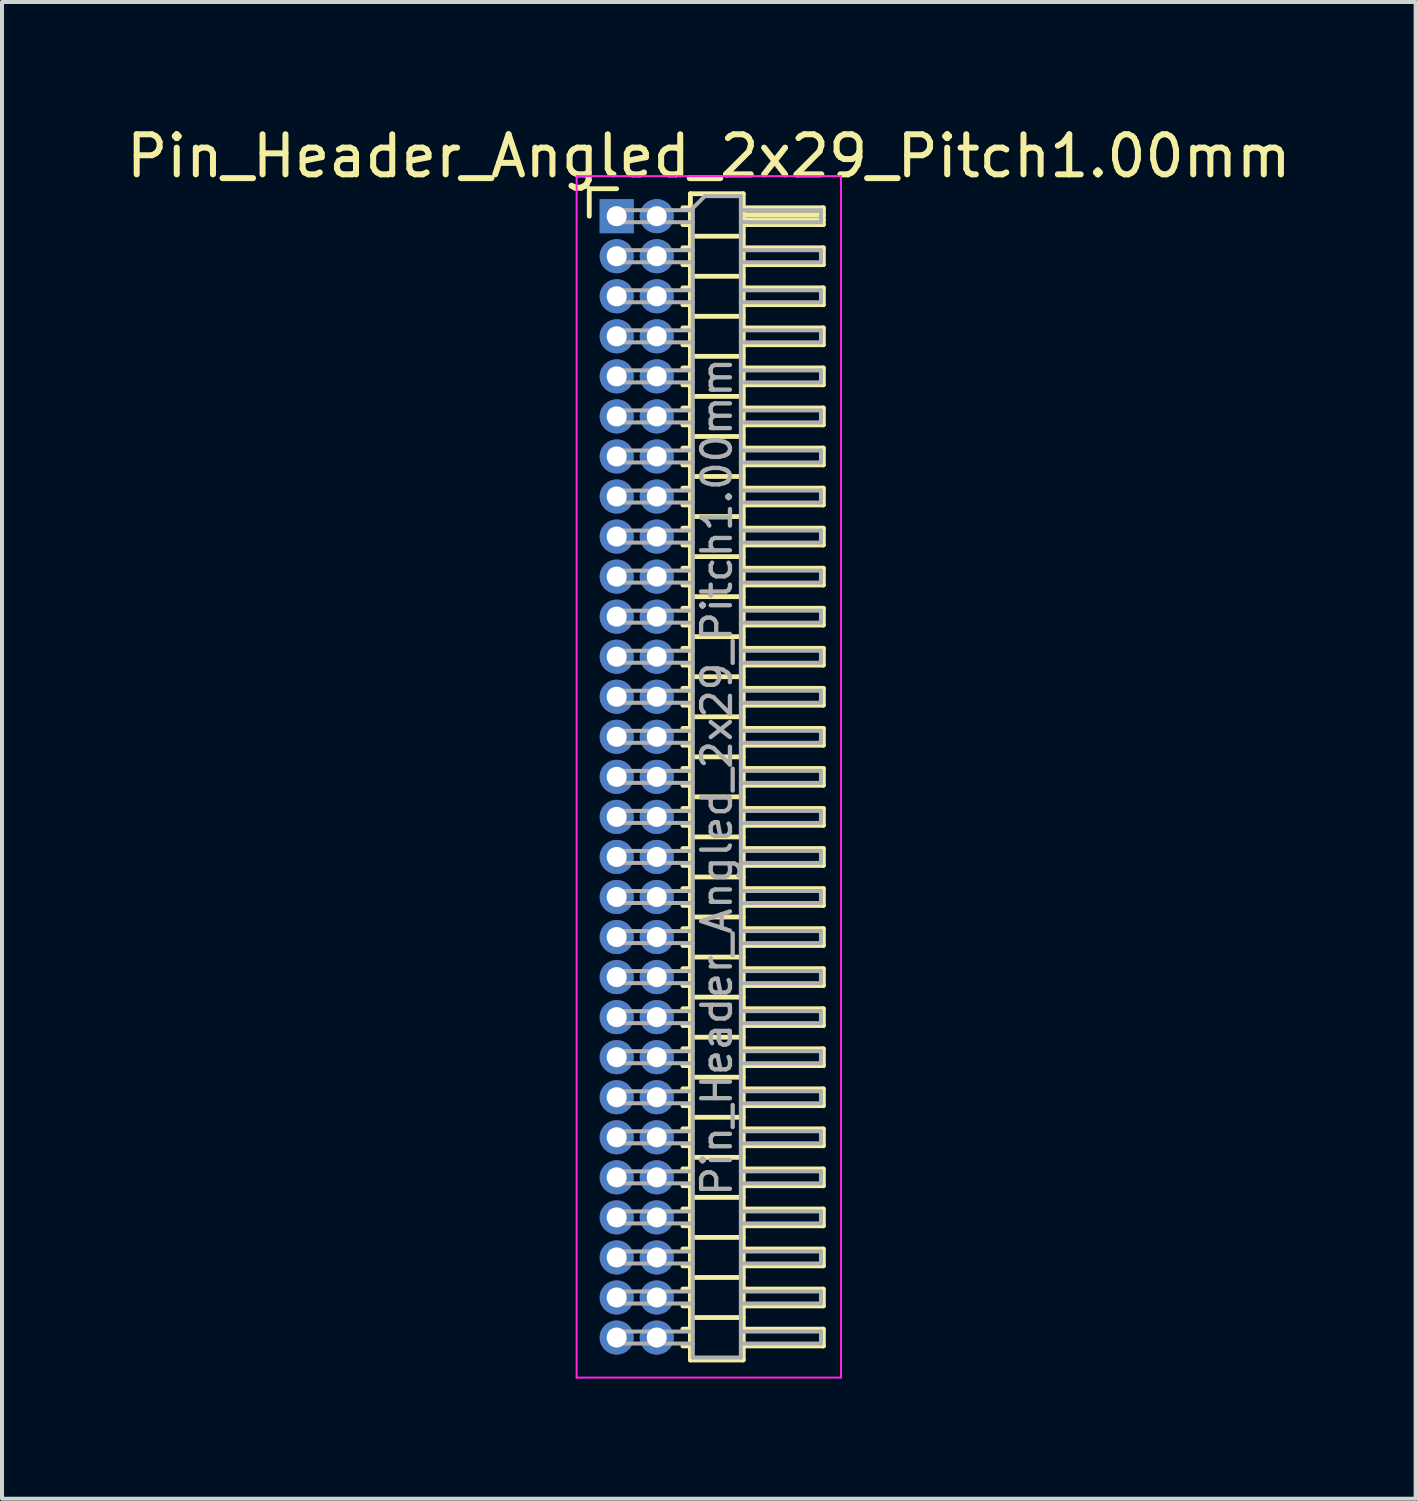
<source format=kicad_pcb>
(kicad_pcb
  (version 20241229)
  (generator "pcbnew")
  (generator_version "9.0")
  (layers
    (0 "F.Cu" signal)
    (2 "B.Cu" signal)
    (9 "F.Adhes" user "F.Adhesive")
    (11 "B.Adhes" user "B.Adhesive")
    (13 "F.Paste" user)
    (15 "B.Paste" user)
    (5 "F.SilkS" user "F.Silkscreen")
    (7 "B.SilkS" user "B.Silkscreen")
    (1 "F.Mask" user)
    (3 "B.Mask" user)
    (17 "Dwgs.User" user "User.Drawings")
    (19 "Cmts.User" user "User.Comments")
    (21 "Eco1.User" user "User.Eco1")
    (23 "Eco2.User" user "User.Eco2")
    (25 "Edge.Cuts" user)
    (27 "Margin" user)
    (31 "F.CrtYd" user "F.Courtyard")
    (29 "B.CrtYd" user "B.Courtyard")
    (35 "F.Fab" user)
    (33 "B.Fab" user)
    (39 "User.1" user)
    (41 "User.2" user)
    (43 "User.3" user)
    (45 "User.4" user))
  (footprint "Pin_Header_Angled_2x29_Pitch1.00mm"
    (layer "F.Cu")
    (at 12.349 2.348)
    (property "Reference" "Pin_Header_Angled_2x29_Pitch1.00mm" (at 2.3 -1.5 0) (layer "F.SilkS") (effects (font (size 1 1) (thickness 0.15))))
    (attr through_hole)
    (fp_line (start -0.685 -0.685) (end 0 -0.685) (stroke (width 0.12) (type solid)) (layer "F.SilkS"))
    (fp_line (start -0.685 0) (end -0.685 -0.685) (stroke (width 0.12) (type solid)) (layer "F.SilkS"))
    (fp_line (start 1.652 -0.21) (end 1.84 -0.21) (stroke (width 0.12) (type solid)) (layer "F.SilkS"))
    (fp_line (start 1.652 0.21) (end 1.84 0.21) (stroke (width 0.12) (type solid)) (layer "F.SilkS"))
    (fp_line (start 1.652 0.79) (end 1.84 0.79) (stroke (width 0.12) (type solid)) (layer "F.SilkS"))
    (fp_line (start 1.652 1.21) (end 1.84 1.21) (stroke (width 0.12) (type solid)) (layer "F.SilkS"))
    (fp_line (start 1.652 1.79) (end 1.84 1.79) (stroke (width 0.12) (type solid)) (layer "F.SilkS"))
    (fp_line (start 1.652 2.21) (end 1.84 2.21) (stroke (width 0.12) (type solid)) (layer "F.SilkS"))
    (fp_line (start 1.652 2.79) (end 1.84 2.79) (stroke (width 0.12) (type solid)) (layer "F.SilkS"))
    (fp_line (start 1.652 3.21) (end 1.84 3.21) (stroke (width 0.12) (type solid)) (layer "F.SilkS"))
    (fp_line (start 1.652 3.79) (end 1.84 3.79) (stroke (width 0.12) (type solid)) (layer "F.SilkS"))
    (fp_line (start 1.652 4.21) (end 1.84 4.21) (stroke (width 0.12) (type solid)) (layer "F.SilkS"))
    (fp_line (start 1.652 4.79) (end 1.84 4.79) (stroke (width 0.12) (type solid)) (layer "F.SilkS"))
    (fp_line (start 1.652 5.21) (end 1.84 5.21) (stroke (width 0.12) (type solid)) (layer "F.SilkS"))
    (fp_line (start 1.652 5.79) (end 1.84 5.79) (stroke (width 0.12) (type solid)) (layer "F.SilkS"))
    (fp_line (start 1.652 6.21) (end 1.84 6.21) (stroke (width 0.12) (type solid)) (layer "F.SilkS"))
    (fp_line (start 1.652 6.79) (end 1.84 6.79) (stroke (width 0.12) (type solid)) (layer "F.SilkS"))
    (fp_line (start 1.652 7.21) (end 1.84 7.21) (stroke (width 0.12) (type solid)) (layer "F.SilkS"))
    (fp_line (start 1.652 7.79) (end 1.84 7.79) (stroke (width 0.12) (type solid)) (layer "F.SilkS"))
    (fp_line (start 1.652 8.21) (end 1.84 8.21) (stroke (width 0.12) (type solid)) (layer "F.SilkS"))
    (fp_line (start 1.652 8.79) (end 1.84 8.79) (stroke (width 0.12) (type solid)) (layer "F.SilkS"))
    (fp_line (start 1.652 9.21) (end 1.84 9.21) (stroke (width 0.12) (type solid)) (layer "F.SilkS"))
    (fp_line (start 1.652 9.79) (end 1.84 9.79) (stroke (width 0.12) (type solid)) (layer "F.SilkS"))
    (fp_line (start 1.652 10.21) (end 1.84 10.21) (stroke (width 0.12) (type solid)) (layer "F.SilkS"))
    (fp_line (start 1.652 10.79) (end 1.84 10.79) (stroke (width 0.12) (type solid)) (layer "F.SilkS"))
    (fp_line (start 1.652 11.21) (end 1.84 11.21) (stroke (width 0.12) (type solid)) (layer "F.SilkS"))
    (fp_line (start 1.652 11.79) (end 1.84 11.79) (stroke (width 0.12) (type solid)) (layer "F.SilkS"))
    (fp_line (start 1.652 12.21) (end 1.84 12.21) (stroke (width 0.12) (type solid)) (layer "F.SilkS"))
    (fp_line (start 1.652 12.79) (end 1.84 12.79) (stroke (width 0.12) (type solid)) (layer "F.SilkS"))
    (fp_line (start 1.652 13.21) (end 1.84 13.21) (stroke (width 0.12) (type solid)) (layer "F.SilkS"))
    (fp_line (start 1.652 13.79) (end 1.84 13.79) (stroke (width 0.12) (type solid)) (layer "F.SilkS"))
    (fp_line (start 1.652 14.21) (end 1.84 14.21) (stroke (width 0.12) (type solid)) (layer "F.SilkS"))
    (fp_line (start 1.652 14.79) (end 1.84 14.79) (stroke (width 0.12) (type solid)) (layer "F.SilkS"))
    (fp_line (start 1.652 15.21) (end 1.84 15.21) (stroke (width 0.12) (type solid)) (layer "F.SilkS"))
    (fp_line (start 1.652 15.79) (end 1.84 15.79) (stroke (width 0.12) (type solid)) (layer "F.SilkS"))
    (fp_line (start 1.652 16.21) (end 1.84 16.21) (stroke (width 0.12) (type solid)) (layer "F.SilkS"))
    (fp_line (start 1.652 16.79) (end 1.84 16.79) (stroke (width 0.12) (type solid)) (layer "F.SilkS"))
    (fp_line (start 1.652 17.21) (end 1.84 17.21) (stroke (width 0.12) (type solid)) (layer "F.SilkS"))
    (fp_line (start 1.652 17.79) (end 1.84 17.79) (stroke (width 0.12) (type solid)) (layer "F.SilkS"))
    (fp_line (start 1.652 18.21) (end 1.84 18.21) (stroke (width 0.12) (type solid)) (layer "F.SilkS"))
    (fp_line (start 1.652 18.79) (end 1.84 18.79) (stroke (width 0.12) (type solid)) (layer "F.SilkS"))
    (fp_line (start 1.652 19.21) (end 1.84 19.21) (stroke (width 0.12) (type solid)) (layer "F.SilkS"))
    (fp_line (start 1.652 19.79) (end 1.84 19.79) (stroke (width 0.12) (type solid)) (layer "F.SilkS"))
    (fp_line (start 1.652 20.21) (end 1.84 20.21) (stroke (width 0.12) (type solid)) (layer "F.SilkS"))
    (fp_line (start 1.652 20.79) (end 1.84 20.79) (stroke (width 0.12) (type solid)) (layer "F.SilkS"))
    (fp_line (start 1.652 21.21) (end 1.84 21.21) (stroke (width 0.12) (type solid)) (layer "F.SilkS"))
    (fp_line (start 1.652 21.79) (end 1.84 21.79) (stroke (width 0.12) (type solid)) (layer "F.SilkS"))
    (fp_line (start 1.652 22.21) (end 1.84 22.21) (stroke (width 0.12) (type solid)) (layer "F.SilkS"))
    (fp_line (start 1.652 22.79) (end 1.84 22.79) (stroke (width 0.12) (type solid)) (layer "F.SilkS"))
    (fp_line (start 1.652 23.21) (end 1.84 23.21) (stroke (width 0.12) (type solid)) (layer "F.SilkS"))
    (fp_line (start 1.652 23.79) (end 1.84 23.79) (stroke (width 0.12) (type solid)) (layer "F.SilkS"))
    (fp_line (start 1.652 24.21) (end 1.84 24.21) (stroke (width 0.12) (type solid)) (layer "F.SilkS"))
    (fp_line (start 1.652 24.79) (end 1.84 24.79) (stroke (width 0.12) (type solid)) (layer "F.SilkS"))
    (fp_line (start 1.652 25.21) (end 1.84 25.21) (stroke (width 0.12) (type solid)) (layer "F.SilkS"))
    (fp_line (start 1.652 25.79) (end 1.84 25.79) (stroke (width 0.12) (type solid)) (layer "F.SilkS"))
    (fp_line (start 1.652 26.21) (end 1.84 26.21) (stroke (width 0.12) (type solid)) (layer "F.SilkS"))
    (fp_line (start 1.652 26.79) (end 1.84 26.79) (stroke (width 0.12) (type solid)) (layer "F.SilkS"))
    (fp_line (start 1.652 27.21) (end 1.84 27.21) (stroke (width 0.12) (type solid)) (layer "F.SilkS"))
    (fp_line (start 1.652 27.79) (end 1.84 27.79) (stroke (width 0.12) (type solid)) (layer "F.SilkS"))
    (fp_line (start 1.652 28.21) (end 1.84 28.21) (stroke (width 0.12) (type solid)) (layer "F.SilkS"))
    (fp_line (start 1.84 -0.56) (end 1.84 28.56) (stroke (width 0.12) (type solid)) (layer "F.SilkS"))
    (fp_line (start 1.84 0.5) (end 3.16 0.5) (stroke (width 0.12) (type solid)) (layer "F.SilkS"))
    (fp_line (start 1.84 1.5) (end 3.16 1.5) (stroke (width 0.12) (type solid)) (layer "F.SilkS"))
    (fp_line (start 1.84 2.5) (end 3.16 2.5) (stroke (width 0.12) (type solid)) (layer "F.SilkS"))
    (fp_line (start 1.84 3.5) (end 3.16 3.5) (stroke (width 0.12) (type solid)) (layer "F.SilkS"))
    (fp_line (start 1.84 4.5) (end 3.16 4.5) (stroke (width 0.12) (type solid)) (layer "F.SilkS"))
    (fp_line (start 1.84 5.5) (end 3.16 5.5) (stroke (width 0.12) (type solid)) (layer "F.SilkS"))
    (fp_line (start 1.84 6.5) (end 3.16 6.5) (stroke (width 0.12) (type solid)) (layer "F.SilkS"))
    (fp_line (start 1.84 7.5) (end 3.16 7.5) (stroke (width 0.12) (type solid)) (layer "F.SilkS"))
    (fp_line (start 1.84 8.5) (end 3.16 8.5) (stroke (width 0.12) (type solid)) (layer "F.SilkS"))
    (fp_line (start 1.84 9.5) (end 3.16 9.5) (stroke (width 0.12) (type solid)) (layer "F.SilkS"))
    (fp_line (start 1.84 10.5) (end 3.16 10.5) (stroke (width 0.12) (type solid)) (layer "F.SilkS"))
    (fp_line (start 1.84 11.5) (end 3.16 11.5) (stroke (width 0.12) (type solid)) (layer "F.SilkS"))
    (fp_line (start 1.84 12.5) (end 3.16 12.5) (stroke (width 0.12) (type solid)) (layer "F.SilkS"))
    (fp_line (start 1.84 13.5) (end 3.16 13.5) (stroke (width 0.12) (type solid)) (layer "F.SilkS"))
    (fp_line (start 1.84 14.5) (end 3.16 14.5) (stroke (width 0.12) (type solid)) (layer "F.SilkS"))
    (fp_line (start 1.84 15.5) (end 3.16 15.5) (stroke (width 0.12) (type solid)) (layer "F.SilkS"))
    (fp_line (start 1.84 16.5) (end 3.16 16.5) (stroke (width 0.12) (type solid)) (layer "F.SilkS"))
    (fp_line (start 1.84 17.5) (end 3.16 17.5) (stroke (width 0.12) (type solid)) (layer "F.SilkS"))
    (fp_line (start 1.84 18.5) (end 3.16 18.5) (stroke (width 0.12) (type solid)) (layer "F.SilkS"))
    (fp_line (start 1.84 19.5) (end 3.16 19.5) (stroke (width 0.12) (type solid)) (layer "F.SilkS"))
    (fp_line (start 1.84 20.5) (end 3.16 20.5) (stroke (width 0.12) (type solid)) (layer "F.SilkS"))
    (fp_line (start 1.84 21.5) (end 3.16 21.5) (stroke (width 0.12) (type solid)) (layer "F.SilkS"))
    (fp_line (start 1.84 22.5) (end 3.16 22.5) (stroke (width 0.12) (type solid)) (layer "F.SilkS"))
    (fp_line (start 1.84 23.5) (end 3.16 23.5) (stroke (width 0.12) (type solid)) (layer "F.SilkS"))
    (fp_line (start 1.84 24.5) (end 3.16 24.5) (stroke (width 0.12) (type solid)) (layer "F.SilkS"))
    (fp_line (start 1.84 25.5) (end 3.16 25.5) (stroke (width 0.12) (type solid)) (layer "F.SilkS"))
    (fp_line (start 1.84 26.5) (end 3.16 26.5) (stroke (width 0.12) (type solid)) (layer "F.SilkS"))
    (fp_line (start 1.84 27.5) (end 3.16 27.5) (stroke (width 0.12) (type solid)) (layer "F.SilkS"))
    (fp_line (start 1.84 28.56) (end 3.16 28.56) (stroke (width 0.12) (type solid)) (layer "F.SilkS"))
    (fp_line (start 3.16 -0.56) (end 1.84 -0.56) (stroke (width 0.12) (type solid)) (layer "F.SilkS"))
    (fp_line (start 3.16 -0.21) (end 5.16 -0.21) (stroke (width 0.12) (type solid)) (layer "F.SilkS"))
    (fp_line (start 3.16 -0.15) (end 5.16 -0.15) (stroke (width 0.12) (type solid)) (layer "F.SilkS"))
    (fp_line (start 3.16 -0.03) (end 5.16 -0.03) (stroke (width 0.12) (type solid)) (layer "F.SilkS"))
    (fp_line (start 3.16 0.09) (end 5.16 0.09) (stroke (width 0.12) (type solid)) (layer "F.SilkS"))
    (fp_line (start 3.16 0.79) (end 5.16 0.79) (stroke (width 0.12) (type solid)) (layer "F.SilkS"))
    (fp_line (start 3.16 1.79) (end 5.16 1.79) (stroke (width 0.12) (type solid)) (layer "F.SilkS"))
    (fp_line (start 3.16 2.79) (end 5.16 2.79) (stroke (width 0.12) (type solid)) (layer "F.SilkS"))
    (fp_line (start 3.16 3.79) (end 5.16 3.79) (stroke (width 0.12) (type solid)) (layer "F.SilkS"))
    (fp_line (start 3.16 4.79) (end 5.16 4.79) (stroke (width 0.12) (type solid)) (layer "F.SilkS"))
    (fp_line (start 3.16 5.79) (end 5.16 5.79) (stroke (width 0.12) (type solid)) (layer "F.SilkS"))
    (fp_line (start 3.16 6.79) (end 5.16 6.79) (stroke (width 0.12) (type solid)) (layer "F.SilkS"))
    (fp_line (start 3.16 7.79) (end 5.16 7.79) (stroke (width 0.12) (type solid)) (layer "F.SilkS"))
    (fp_line (start 3.16 8.79) (end 5.16 8.79) (stroke (width 0.12) (type solid)) (layer "F.SilkS"))
    (fp_line (start 3.16 9.79) (end 5.16 9.79) (stroke (width 0.12) (type solid)) (layer "F.SilkS"))
    (fp_line (start 3.16 10.79) (end 5.16 10.79) (stroke (width 0.12) (type solid)) (layer "F.SilkS"))
    (fp_line (start 3.16 11.79) (end 5.16 11.79) (stroke (width 0.12) (type solid)) (layer "F.SilkS"))
    (fp_line (start 3.16 12.79) (end 5.16 12.79) (stroke (width 0.12) (type solid)) (layer "F.SilkS"))
    (fp_line (start 3.16 13.79) (end 5.16 13.79) (stroke (width 0.12) (type solid)) (layer "F.SilkS"))
    (fp_line (start 3.16 14.79) (end 5.16 14.79) (stroke (width 0.12) (type solid)) (layer "F.SilkS"))
    (fp_line (start 3.16 15.79) (end 5.16 15.79) (stroke (width 0.12) (type solid)) (layer "F.SilkS"))
    (fp_line (start 3.16 16.79) (end 5.16 16.79) (stroke (width 0.12) (type solid)) (layer "F.SilkS"))
    (fp_line (start 3.16 17.79) (end 5.16 17.79) (stroke (width 0.12) (type solid)) (layer "F.SilkS"))
    (fp_line (start 3.16 18.79) (end 5.16 18.79) (stroke (width 0.12) (type solid)) (layer "F.SilkS"))
    (fp_line (start 3.16 19.79) (end 5.16 19.79) (stroke (width 0.12) (type solid)) (layer "F.SilkS"))
    (fp_line (start 3.16 20.79) (end 5.16 20.79) (stroke (width 0.12) (type solid)) (layer "F.SilkS"))
    (fp_line (start 3.16 21.79) (end 5.16 21.79) (stroke (width 0.12) (type solid)) (layer "F.SilkS"))
    (fp_line (start 3.16 22.79) (end 5.16 22.79) (stroke (width 0.12) (type solid)) (layer "F.SilkS"))
    (fp_line (start 3.16 23.79) (end 5.16 23.79) (stroke (width 0.12) (type solid)) (layer "F.SilkS"))
    (fp_line (start 3.16 24.79) (end 5.16 24.79) (stroke (width 0.12) (type solid)) (layer "F.SilkS"))
    (fp_line (start 3.16 25.79) (end 5.16 25.79) (stroke (width 0.12) (type solid)) (layer "F.SilkS"))
    (fp_line (start 3.16 26.79) (end 5.16 26.79) (stroke (width 0.12) (type solid)) (layer "F.SilkS"))
    (fp_line (start 3.16 27.79) (end 5.16 27.79) (stroke (width 0.12) (type solid)) (layer "F.SilkS"))
    (fp_line (start 3.16 28.56) (end 3.16 -0.56) (stroke (width 0.12) (type solid)) (layer "F.SilkS"))
    (fp_line (start 5.16 -0.21) (end 5.16 0.21) (stroke (width 0.12) (type solid)) (layer "F.SilkS"))
    (fp_line (start 5.16 0.21) (end 3.16 0.21) (stroke (width 0.12) (type solid)) (layer "F.SilkS"))
    (fp_line (start 5.16 0.79) (end 5.16 1.21) (stroke (width 0.12) (type solid)) (layer "F.SilkS"))
    (fp_line (start 5.16 1.21) (end 3.16 1.21) (stroke (width 0.12) (type solid)) (layer "F.SilkS"))
    (fp_line (start 5.16 1.79) (end 5.16 2.21) (stroke (width 0.12) (type solid)) (layer "F.SilkS"))
    (fp_line (start 5.16 2.21) (end 3.16 2.21) (stroke (width 0.12) (type solid)) (layer "F.SilkS"))
    (fp_line (start 5.16 2.79) (end 5.16 3.21) (stroke (width 0.12) (type solid)) (layer "F.SilkS"))
    (fp_line (start 5.16 3.21) (end 3.16 3.21) (stroke (width 0.12) (type solid)) (layer "F.SilkS"))
    (fp_line (start 5.16 3.79) (end 5.16 4.21) (stroke (width 0.12) (type solid)) (layer "F.SilkS"))
    (fp_line (start 5.16 4.21) (end 3.16 4.21) (stroke (width 0.12) (type solid)) (layer "F.SilkS"))
    (fp_line (start 5.16 4.79) (end 5.16 5.21) (stroke (width 0.12) (type solid)) (layer "F.SilkS"))
    (fp_line (start 5.16 5.21) (end 3.16 5.21) (stroke (width 0.12) (type solid)) (layer "F.SilkS"))
    (fp_line (start 5.16 5.79) (end 5.16 6.21) (stroke (width 0.12) (type solid)) (layer "F.SilkS"))
    (fp_line (start 5.16 6.21) (end 3.16 6.21) (stroke (width 0.12) (type solid)) (layer "F.SilkS"))
    (fp_line (start 5.16 6.79) (end 5.16 7.21) (stroke (width 0.12) (type solid)) (layer "F.SilkS"))
    (fp_line (start 5.16 7.21) (end 3.16 7.21) (stroke (width 0.12) (type solid)) (layer "F.SilkS"))
    (fp_line (start 5.16 7.79) (end 5.16 8.21) (stroke (width 0.12) (type solid)) (layer "F.SilkS"))
    (fp_line (start 5.16 8.21) (end 3.16 8.21) (stroke (width 0.12) (type solid)) (layer "F.SilkS"))
    (fp_line (start 5.16 8.79) (end 5.16 9.21) (stroke (width 0.12) (type solid)) (layer "F.SilkS"))
    (fp_line (start 5.16 9.21) (end 3.16 9.21) (stroke (width 0.12) (type solid)) (layer "F.SilkS"))
    (fp_line (start 5.16 9.79) (end 5.16 10.21) (stroke (width 0.12) (type solid)) (layer "F.SilkS"))
    (fp_line (start 5.16 10.21) (end 3.16 10.21) (stroke (width 0.12) (type solid)) (layer "F.SilkS"))
    (fp_line (start 5.16 10.79) (end 5.16 11.21) (stroke (width 0.12) (type solid)) (layer "F.SilkS"))
    (fp_line (start 5.16 11.21) (end 3.16 11.21) (stroke (width 0.12) (type solid)) (layer "F.SilkS"))
    (fp_line (start 5.16 11.79) (end 5.16 12.21) (stroke (width 0.12) (type solid)) (layer "F.SilkS"))
    (fp_line (start 5.16 12.21) (end 3.16 12.21) (stroke (width 0.12) (type solid)) (layer "F.SilkS"))
    (fp_line (start 5.16 12.79) (end 5.16 13.21) (stroke (width 0.12) (type solid)) (layer "F.SilkS"))
    (fp_line (start 5.16 13.21) (end 3.16 13.21) (stroke (width 0.12) (type solid)) (layer "F.SilkS"))
    (fp_line (start 5.16 13.79) (end 5.16 14.21) (stroke (width 0.12) (type solid)) (layer "F.SilkS"))
    (fp_line (start 5.16 14.21) (end 3.16 14.21) (stroke (width 0.12) (type solid)) (layer "F.SilkS"))
    (fp_line (start 5.16 14.79) (end 5.16 15.21) (stroke (width 0.12) (type solid)) (layer "F.SilkS"))
    (fp_line (start 5.16 15.21) (end 3.16 15.21) (stroke (width 0.12) (type solid)) (layer "F.SilkS"))
    (fp_line (start 5.16 15.79) (end 5.16 16.21) (stroke (width 0.12) (type solid)) (layer "F.SilkS"))
    (fp_line (start 5.16 16.21) (end 3.16 16.21) (stroke (width 0.12) (type solid)) (layer "F.SilkS"))
    (fp_line (start 5.16 16.79) (end 5.16 17.21) (stroke (width 0.12) (type solid)) (layer "F.SilkS"))
    (fp_line (start 5.16 17.21) (end 3.16 17.21) (stroke (width 0.12) (type solid)) (layer "F.SilkS"))
    (fp_line (start 5.16 17.79) (end 5.16 18.21) (stroke (width 0.12) (type solid)) (layer "F.SilkS"))
    (fp_line (start 5.16 18.21) (end 3.16 18.21) (stroke (width 0.12) (type solid)) (layer "F.SilkS"))
    (fp_line (start 5.16 18.79) (end 5.16 19.21) (stroke (width 0.12) (type solid)) (layer "F.SilkS"))
    (fp_line (start 5.16 19.21) (end 3.16 19.21) (stroke (width 0.12) (type solid)) (layer "F.SilkS"))
    (fp_line (start 5.16 19.79) (end 5.16 20.21) (stroke (width 0.12) (type solid)) (layer "F.SilkS"))
    (fp_line (start 5.16 20.21) (end 3.16 20.21) (stroke (width 0.12) (type solid)) (layer "F.SilkS"))
    (fp_line (start 5.16 20.79) (end 5.16 21.21) (stroke (width 0.12) (type solid)) (layer "F.SilkS"))
    (fp_line (start 5.16 21.21) (end 3.16 21.21) (stroke (width 0.12) (type solid)) (layer "F.SilkS"))
    (fp_line (start 5.16 21.79) (end 5.16 22.21) (stroke (width 0.12) (type solid)) (layer "F.SilkS"))
    (fp_line (start 5.16 22.21) (end 3.16 22.21) (stroke (width 0.12) (type solid)) (layer "F.SilkS"))
    (fp_line (start 5.16 22.79) (end 5.16 23.21) (stroke (width 0.12) (type solid)) (layer "F.SilkS"))
    (fp_line (start 5.16 23.21) (end 3.16 23.21) (stroke (width 0.12) (type solid)) (layer "F.SilkS"))
    (fp_line (start 5.16 23.79) (end 5.16 24.21) (stroke (width 0.12) (type solid)) (layer "F.SilkS"))
    (fp_line (start 5.16 24.21) (end 3.16 24.21) (stroke (width 0.12) (type solid)) (layer "F.SilkS"))
    (fp_line (start 5.16 24.79) (end 5.16 25.21) (stroke (width 0.12) (type solid)) (layer "F.SilkS"))
    (fp_line (start 5.16 25.21) (end 3.16 25.21) (stroke (width 0.12) (type solid)) (layer "F.SilkS"))
    (fp_line (start 5.16 25.79) (end 5.16 26.21) (stroke (width 0.12) (type solid)) (layer "F.SilkS"))
    (fp_line (start 5.16 26.21) (end 3.16 26.21) (stroke (width 0.12) (type solid)) (layer "F.SilkS"))
    (fp_line (start 5.16 26.79) (end 5.16 27.21) (stroke (width 0.12) (type solid)) (layer "F.SilkS"))
    (fp_line (start 5.16 27.21) (end 3.16 27.21) (stroke (width 0.12) (type solid)) (layer "F.SilkS"))
    (fp_line (start 5.16 27.79) (end 5.16 28.21) (stroke (width 0.12) (type solid)) (layer "F.SilkS"))
    (fp_line (start 5.16 28.21) (end 3.16 28.21) (stroke (width 0.12) (type solid)) (layer "F.SilkS"))
    (fp_line (start -1 -1) (end -1 29) (stroke (width 0.05) (type solid)) (layer "F.CrtYd"))
    (fp_line (start -1 29) (end 5.6 29) (stroke (width 0.05) (type solid)) (layer "F.CrtYd"))
    (fp_line (start 5.6 -1) (end -1 -1) (stroke (width 0.05) (type solid)) (layer "F.CrtYd"))
    (fp_line (start 5.6 29) (end 5.6 -1) (stroke (width 0.05) (type solid)) (layer "F.CrtYd"))
    (fp_line (start -0.15 -0.15) (end -0.15 0.15) (stroke (width 0.1) (type solid)) (layer "F.Fab"))
    (fp_line (start -0.15 -0.15) (end 1.9 -0.15) (stroke (width 0.1) (type solid)) (layer "F.Fab"))
    (fp_line (start -0.15 0.15) (end 1.9 0.15) (stroke (width 0.1) (type solid)) (layer "F.Fab"))
    (fp_line (start -0.15 0.85) (end -0.15 1.15) (stroke (width 0.1) (type solid)) (layer "F.Fab"))
    (fp_line (start -0.15 0.85) (end 1.9 0.85) (stroke (width 0.1) (type solid)) (layer "F.Fab"))
    (fp_line (start -0.15 1.15) (end 1.9 1.15) (stroke (width 0.1) (type solid)) (layer "F.Fab"))
    (fp_line (start -0.15 1.85) (end -0.15 2.15) (stroke (width 0.1) (type solid)) (layer "F.Fab"))
    (fp_line (start -0.15 1.85) (end 1.9 1.85) (stroke (width 0.1) (type solid)) (layer "F.Fab"))
    (fp_line (start -0.15 2.15) (end 1.9 2.15) (stroke (width 0.1) (type solid)) (layer "F.Fab"))
    (fp_line (start -0.15 2.85) (end -0.15 3.15) (stroke (width 0.1) (type solid)) (layer "F.Fab"))
    (fp_line (start -0.15 2.85) (end 1.9 2.85) (stroke (width 0.1) (type solid)) (layer "F.Fab"))
    (fp_line (start -0.15 3.15) (end 1.9 3.15) (stroke (width 0.1) (type solid)) (layer "F.Fab"))
    (fp_line (start -0.15 3.85) (end -0.15 4.15) (stroke (width 0.1) (type solid)) (layer "F.Fab"))
    (fp_line (start -0.15 3.85) (end 1.9 3.85) (stroke (width 0.1) (type solid)) (layer "F.Fab"))
    (fp_line (start -0.15 4.15) (end 1.9 4.15) (stroke (width 0.1) (type solid)) (layer "F.Fab"))
    (fp_line (start -0.15 4.85) (end -0.15 5.15) (stroke (width 0.1) (type solid)) (layer "F.Fab"))
    (fp_line (start -0.15 4.85) (end 1.9 4.85) (stroke (width 0.1) (type solid)) (layer "F.Fab"))
    (fp_line (start -0.15 5.15) (end 1.9 5.15) (stroke (width 0.1) (type solid)) (layer "F.Fab"))
    (fp_line (start -0.15 5.85) (end -0.15 6.15) (stroke (width 0.1) (type solid)) (layer "F.Fab"))
    (fp_line (start -0.15 5.85) (end 1.9 5.85) (stroke (width 0.1) (type solid)) (layer "F.Fab"))
    (fp_line (start -0.15 6.15) (end 1.9 6.15) (stroke (width 0.1) (type solid)) (layer "F.Fab"))
    (fp_line (start -0.15 6.85) (end -0.15 7.15) (stroke (width 0.1) (type solid)) (layer "F.Fab"))
    (fp_line (start -0.15 6.85) (end 1.9 6.85) (stroke (width 0.1) (type solid)) (layer "F.Fab"))
    (fp_line (start -0.15 7.15) (end 1.9 7.15) (stroke (width 0.1) (type solid)) (layer "F.Fab"))
    (fp_line (start -0.15 7.85) (end -0.15 8.15) (stroke (width 0.1) (type solid)) (layer "F.Fab"))
    (fp_line (start -0.15 7.85) (end 1.9 7.85) (stroke (width 0.1) (type solid)) (layer "F.Fab"))
    (fp_line (start -0.15 8.15) (end 1.9 8.15) (stroke (width 0.1) (type solid)) (layer "F.Fab"))
    (fp_line (start -0.15 8.85) (end -0.15 9.15) (stroke (width 0.1) (type solid)) (layer "F.Fab"))
    (fp_line (start -0.15 8.85) (end 1.9 8.85) (stroke (width 0.1) (type solid)) (layer "F.Fab"))
    (fp_line (start -0.15 9.15) (end 1.9 9.15) (stroke (width 0.1) (type solid)) (layer "F.Fab"))
    (fp_line (start -0.15 9.85) (end -0.15 10.15) (stroke (width 0.1) (type solid)) (layer "F.Fab"))
    (fp_line (start -0.15 9.85) (end 1.9 9.85) (stroke (width 0.1) (type solid)) (layer "F.Fab"))
    (fp_line (start -0.15 10.15) (end 1.9 10.15) (stroke (width 0.1) (type solid)) (layer "F.Fab"))
    (fp_line (start -0.15 10.85) (end -0.15 11.15) (stroke (width 0.1) (type solid)) (layer "F.Fab"))
    (fp_line (start -0.15 10.85) (end 1.9 10.85) (stroke (width 0.1) (type solid)) (layer "F.Fab"))
    (fp_line (start -0.15 11.15) (end 1.9 11.15) (stroke (width 0.1) (type solid)) (layer "F.Fab"))
    (fp_line (start -0.15 11.85) (end -0.15 12.15) (stroke (width 0.1) (type solid)) (layer "F.Fab"))
    (fp_line (start -0.15 11.85) (end 1.9 11.85) (stroke (width 0.1) (type solid)) (layer "F.Fab"))
    (fp_line (start -0.15 12.15) (end 1.9 12.15) (stroke (width 0.1) (type solid)) (layer "F.Fab"))
    (fp_line (start -0.15 12.85) (end -0.15 13.15) (stroke (width 0.1) (type solid)) (layer "F.Fab"))
    (fp_line (start -0.15 12.85) (end 1.9 12.85) (stroke (width 0.1) (type solid)) (layer "F.Fab"))
    (fp_line (start -0.15 13.15) (end 1.9 13.15) (stroke (width 0.1) (type solid)) (layer "F.Fab"))
    (fp_line (start -0.15 13.85) (end -0.15 14.15) (stroke (width 0.1) (type solid)) (layer "F.Fab"))
    (fp_line (start -0.15 13.85) (end 1.9 13.85) (stroke (width 0.1) (type solid)) (layer "F.Fab"))
    (fp_line (start -0.15 14.15) (end 1.9 14.15) (stroke (width 0.1) (type solid)) (layer "F.Fab"))
    (fp_line (start -0.15 14.85) (end -0.15 15.15) (stroke (width 0.1) (type solid)) (layer "F.Fab"))
    (fp_line (start -0.15 14.85) (end 1.9 14.85) (stroke (width 0.1) (type solid)) (layer "F.Fab"))
    (fp_line (start -0.15 15.15) (end 1.9 15.15) (stroke (width 0.1) (type solid)) (layer "F.Fab"))
    (fp_line (start -0.15 15.85) (end -0.15 16.15) (stroke (width 0.1) (type solid)) (layer "F.Fab"))
    (fp_line (start -0.15 15.85) (end 1.9 15.85) (stroke (width 0.1) (type solid)) (layer "F.Fab"))
    (fp_line (start -0.15 16.15) (end 1.9 16.15) (stroke (width 0.1) (type solid)) (layer "F.Fab"))
    (fp_line (start -0.15 16.85) (end -0.15 17.15) (stroke (width 0.1) (type solid)) (layer "F.Fab"))
    (fp_line (start -0.15 16.85) (end 1.9 16.85) (stroke (width 0.1) (type solid)) (layer "F.Fab"))
    (fp_line (start -0.15 17.15) (end 1.9 17.15) (stroke (width 0.1) (type solid)) (layer "F.Fab"))
    (fp_line (start -0.15 17.85) (end -0.15 18.15) (stroke (width 0.1) (type solid)) (layer "F.Fab"))
    (fp_line (start -0.15 17.85) (end 1.9 17.85) (stroke (width 0.1) (type solid)) (layer "F.Fab"))
    (fp_line (start -0.15 18.15) (end 1.9 18.15) (stroke (width 0.1) (type solid)) (layer "F.Fab"))
    (fp_line (start -0.15 18.85) (end -0.15 19.15) (stroke (width 0.1) (type solid)) (layer "F.Fab"))
    (fp_line (start -0.15 18.85) (end 1.9 18.85) (stroke (width 0.1) (type solid)) (layer "F.Fab"))
    (fp_line (start -0.15 19.15) (end 1.9 19.15) (stroke (width 0.1) (type solid)) (layer "F.Fab"))
    (fp_line (start -0.15 19.85) (end -0.15 20.15) (stroke (width 0.1) (type solid)) (layer "F.Fab"))
    (fp_line (start -0.15 19.85) (end 1.9 19.85) (stroke (width 0.1) (type solid)) (layer "F.Fab"))
    (fp_line (start -0.15 20.15) (end 1.9 20.15) (stroke (width 0.1) (type solid)) (layer "F.Fab"))
    (fp_line (start -0.15 20.85) (end -0.15 21.15) (stroke (width 0.1) (type solid)) (layer "F.Fab"))
    (fp_line (start -0.15 20.85) (end 1.9 20.85) (stroke (width 0.1) (type solid)) (layer "F.Fab"))
    (fp_line (start -0.15 21.15) (end 1.9 21.15) (stroke (width 0.1) (type solid)) (layer "F.Fab"))
    (fp_line (start -0.15 21.85) (end -0.15 22.15) (stroke (width 0.1) (type solid)) (layer "F.Fab"))
    (fp_line (start -0.15 21.85) (end 1.9 21.85) (stroke (width 0.1) (type solid)) (layer "F.Fab"))
    (fp_line (start -0.15 22.15) (end 1.9 22.15) (stroke (width 0.1) (type solid)) (layer "F.Fab"))
    (fp_line (start -0.15 22.85) (end -0.15 23.15) (stroke (width 0.1) (type solid)) (layer "F.Fab"))
    (fp_line (start -0.15 22.85) (end 1.9 22.85) (stroke (width 0.1) (type solid)) (layer "F.Fab"))
    (fp_line (start -0.15 23.15) (end 1.9 23.15) (stroke (width 0.1) (type solid)) (layer "F.Fab"))
    (fp_line (start -0.15 23.85) (end -0.15 24.15) (stroke (width 0.1) (type solid)) (layer "F.Fab"))
    (fp_line (start -0.15 23.85) (end 1.9 23.85) (stroke (width 0.1) (type solid)) (layer "F.Fab"))
    (fp_line (start -0.15 24.15) (end 1.9 24.15) (stroke (width 0.1) (type solid)) (layer "F.Fab"))
    (fp_line (start -0.15 24.85) (end -0.15 25.15) (stroke (width 0.1) (type solid)) (layer "F.Fab"))
    (fp_line (start -0.15 24.85) (end 1.9 24.85) (stroke (width 0.1) (type solid)) (layer "F.Fab"))
    (fp_line (start -0.15 25.15) (end 1.9 25.15) (stroke (width 0.1) (type solid)) (layer "F.Fab"))
    (fp_line (start -0.15 25.85) (end -0.15 26.15) (stroke (width 0.1) (type solid)) (layer "F.Fab"))
    (fp_line (start -0.15 25.85) (end 1.9 25.85) (stroke (width 0.1) (type solid)) (layer "F.Fab"))
    (fp_line (start -0.15 26.15) (end 1.9 26.15) (stroke (width 0.1) (type solid)) (layer "F.Fab"))
    (fp_line (start -0.15 26.85) (end -0.15 27.15) (stroke (width 0.1) (type solid)) (layer "F.Fab"))
    (fp_line (start -0.15 26.85) (end 1.9 26.85) (stroke (width 0.1) (type solid)) (layer "F.Fab"))
    (fp_line (start -0.15 27.15) (end 1.9 27.15) (stroke (width 0.1) (type solid)) (layer "F.Fab"))
    (fp_line (start -0.15 27.85) (end -0.15 28.15) (stroke (width 0.1) (type solid)) (layer "F.Fab"))
    (fp_line (start -0.15 27.85) (end 1.9 27.85) (stroke (width 0.1) (type solid)) (layer "F.Fab"))
    (fp_line (start -0.15 28.15) (end 1.9 28.15) (stroke (width 0.1) (type solid)) (layer "F.Fab"))
    (fp_line (start 1.9 -0.2) (end 2.2 -0.5) (stroke (width 0.1) (type solid)) (layer "F.Fab"))
    (fp_line (start 1.9 28.5) (end 1.9 -0.2) (stroke (width 0.1) (type solid)) (layer "F.Fab"))
    (fp_line (start 2.2 -0.5) (end 3.1 -0.5) (stroke (width 0.1) (type solid)) (layer "F.Fab"))
    (fp_line (start 3.1 -0.5) (end 3.1 28.5) (stroke (width 0.1) (type solid)) (layer "F.Fab"))
    (fp_line (start 3.1 -0.15) (end 5.1 -0.15) (stroke (width 0.1) (type solid)) (layer "F.Fab"))
    (fp_line (start 3.1 0.15) (end 5.1 0.15) (stroke (width 0.1) (type solid)) (layer "F.Fab"))
    (fp_line (start 3.1 0.85) (end 5.1 0.85) (stroke (width 0.1) (type solid)) (layer "F.Fab"))
    (fp_line (start 3.1 1.15) (end 5.1 1.15) (stroke (width 0.1) (type solid)) (layer "F.Fab"))
    (fp_line (start 3.1 1.85) (end 5.1 1.85) (stroke (width 0.1) (type solid)) (layer "F.Fab"))
    (fp_line (start 3.1 2.15) (end 5.1 2.15) (stroke (width 0.1) (type solid)) (layer "F.Fab"))
    (fp_line (start 3.1 2.85) (end 5.1 2.85) (stroke (width 0.1) (type solid)) (layer "F.Fab"))
    (fp_line (start 3.1 3.15) (end 5.1 3.15) (stroke (width 0.1) (type solid)) (layer "F.Fab"))
    (fp_line (start 3.1 3.85) (end 5.1 3.85) (stroke (width 0.1) (type solid)) (layer "F.Fab"))
    (fp_line (start 3.1 4.15) (end 5.1 4.15) (stroke (width 0.1) (type solid)) (layer "F.Fab"))
    (fp_line (start 3.1 4.85) (end 5.1 4.85) (stroke (width 0.1) (type solid)) (layer "F.Fab"))
    (fp_line (start 3.1 5.15) (end 5.1 5.15) (stroke (width 0.1) (type solid)) (layer "F.Fab"))
    (fp_line (start 3.1 5.85) (end 5.1 5.85) (stroke (width 0.1) (type solid)) (layer "F.Fab"))
    (fp_line (start 3.1 6.15) (end 5.1 6.15) (stroke (width 0.1) (type solid)) (layer "F.Fab"))
    (fp_line (start 3.1 6.85) (end 5.1 6.85) (stroke (width 0.1) (type solid)) (layer "F.Fab"))
    (fp_line (start 3.1 7.15) (end 5.1 7.15) (stroke (width 0.1) (type solid)) (layer "F.Fab"))
    (fp_line (start 3.1 7.85) (end 5.1 7.85) (stroke (width 0.1) (type solid)) (layer "F.Fab"))
    (fp_line (start 3.1 8.15) (end 5.1 8.15) (stroke (width 0.1) (type solid)) (layer "F.Fab"))
    (fp_line (start 3.1 8.85) (end 5.1 8.85) (stroke (width 0.1) (type solid)) (layer "F.Fab"))
    (fp_line (start 3.1 9.15) (end 5.1 9.15) (stroke (width 0.1) (type solid)) (layer "F.Fab"))
    (fp_line (start 3.1 9.85) (end 5.1 9.85) (stroke (width 0.1) (type solid)) (layer "F.Fab"))
    (fp_line (start 3.1 10.15) (end 5.1 10.15) (stroke (width 0.1) (type solid)) (layer "F.Fab"))
    (fp_line (start 3.1 10.85) (end 5.1 10.85) (stroke (width 0.1) (type solid)) (layer "F.Fab"))
    (fp_line (start 3.1 11.15) (end 5.1 11.15) (stroke (width 0.1) (type solid)) (layer "F.Fab"))
    (fp_line (start 3.1 11.85) (end 5.1 11.85) (stroke (width 0.1) (type solid)) (layer "F.Fab"))
    (fp_line (start 3.1 12.15) (end 5.1 12.15) (stroke (width 0.1) (type solid)) (layer "F.Fab"))
    (fp_line (start 3.1 12.85) (end 5.1 12.85) (stroke (width 0.1) (type solid)) (layer "F.Fab"))
    (fp_line (start 3.1 13.15) (end 5.1 13.15) (stroke (width 0.1) (type solid)) (layer "F.Fab"))
    (fp_line (start 3.1 13.85) (end 5.1 13.85) (stroke (width 0.1) (type solid)) (layer "F.Fab"))
    (fp_line (start 3.1 14.15) (end 5.1 14.15) (stroke (width 0.1) (type solid)) (layer "F.Fab"))
    (fp_line (start 3.1 14.85) (end 5.1 14.85) (stroke (width 0.1) (type solid)) (layer "F.Fab"))
    (fp_line (start 3.1 15.15) (end 5.1 15.15) (stroke (width 0.1) (type solid)) (layer "F.Fab"))
    (fp_line (start 3.1 15.85) (end 5.1 15.85) (stroke (width 0.1) (type solid)) (layer "F.Fab"))
    (fp_line (start 3.1 16.15) (end 5.1 16.15) (stroke (width 0.1) (type solid)) (layer "F.Fab"))
    (fp_line (start 3.1 16.85) (end 5.1 16.85) (stroke (width 0.1) (type solid)) (layer "F.Fab"))
    (fp_line (start 3.1 17.15) (end 5.1 17.15) (stroke (width 0.1) (type solid)) (layer "F.Fab"))
    (fp_line (start 3.1 17.85) (end 5.1 17.85) (stroke (width 0.1) (type solid)) (layer "F.Fab"))
    (fp_line (start 3.1 18.15) (end 5.1 18.15) (stroke (width 0.1) (type solid)) (layer "F.Fab"))
    (fp_line (start 3.1 18.85) (end 5.1 18.85) (stroke (width 0.1) (type solid)) (layer "F.Fab"))
    (fp_line (start 3.1 19.15) (end 5.1 19.15) (stroke (width 0.1) (type solid)) (layer "F.Fab"))
    (fp_line (start 3.1 19.85) (end 5.1 19.85) (stroke (width 0.1) (type solid)) (layer "F.Fab"))
    (fp_line (start 3.1 20.15) (end 5.1 20.15) (stroke (width 0.1) (type solid)) (layer "F.Fab"))
    (fp_line (start 3.1 20.85) (end 5.1 20.85) (stroke (width 0.1) (type solid)) (layer "F.Fab"))
    (fp_line (start 3.1 21.15) (end 5.1 21.15) (stroke (width 0.1) (type solid)) (layer "F.Fab"))
    (fp_line (start 3.1 21.85) (end 5.1 21.85) (stroke (width 0.1) (type solid)) (layer "F.Fab"))
    (fp_line (start 3.1 22.15) (end 5.1 22.15) (stroke (width 0.1) (type solid)) (layer "F.Fab"))
    (fp_line (start 3.1 22.85) (end 5.1 22.85) (stroke (width 0.1) (type solid)) (layer "F.Fab"))
    (fp_line (start 3.1 23.15) (end 5.1 23.15) (stroke (width 0.1) (type solid)) (layer "F.Fab"))
    (fp_line (start 3.1 23.85) (end 5.1 23.85) (stroke (width 0.1) (type solid)) (layer "F.Fab"))
    (fp_line (start 3.1 24.15) (end 5.1 24.15) (stroke (width 0.1) (type solid)) (layer "F.Fab"))
    (fp_line (start 3.1 24.85) (end 5.1 24.85) (stroke (width 0.1) (type solid)) (layer "F.Fab"))
    (fp_line (start 3.1 25.15) (end 5.1 25.15) (stroke (width 0.1) (type solid)) (layer "F.Fab"))
    (fp_line (start 3.1 25.85) (end 5.1 25.85) (stroke (width 0.1) (type solid)) (layer "F.Fab"))
    (fp_line (start 3.1 26.15) (end 5.1 26.15) (stroke (width 0.1) (type solid)) (layer "F.Fab"))
    (fp_line (start 3.1 26.85) (end 5.1 26.85) (stroke (width 0.1) (type solid)) (layer "F.Fab"))
    (fp_line (start 3.1 27.15) (end 5.1 27.15) (stroke (width 0.1) (type solid)) (layer "F.Fab"))
    (fp_line (start 3.1 27.85) (end 5.1 27.85) (stroke (width 0.1) (type solid)) (layer "F.Fab"))
    (fp_line (start 3.1 28.15) (end 5.1 28.15) (stroke (width 0.1) (type solid)) (layer "F.Fab"))
    (fp_line (start 3.1 28.5) (end 1.9 28.5) (stroke (width 0.1) (type solid)) (layer "F.Fab"))
    (fp_line (start 5.1 -0.15) (end 5.1 0.15) (stroke (width 0.1) (type solid)) (layer "F.Fab"))
    (fp_line (start 5.1 0.85) (end 5.1 1.15) (stroke (width 0.1) (type solid)) (layer "F.Fab"))
    (fp_line (start 5.1 1.85) (end 5.1 2.15) (stroke (width 0.1) (type solid)) (layer "F.Fab"))
    (fp_line (start 5.1 2.85) (end 5.1 3.15) (stroke (width 0.1) (type solid)) (layer "F.Fab"))
    (fp_line (start 5.1 3.85) (end 5.1 4.15) (stroke (width 0.1) (type solid)) (layer "F.Fab"))
    (fp_line (start 5.1 4.85) (end 5.1 5.15) (stroke (width 0.1) (type solid)) (layer "F.Fab"))
    (fp_line (start 5.1 5.85) (end 5.1 6.15) (stroke (width 0.1) (type solid)) (layer "F.Fab"))
    (fp_line (start 5.1 6.85) (end 5.1 7.15) (stroke (width 0.1) (type solid)) (layer "F.Fab"))
    (fp_line (start 5.1 7.85) (end 5.1 8.15) (stroke (width 0.1) (type solid)) (layer "F.Fab"))
    (fp_line (start 5.1 8.85) (end 5.1 9.15) (stroke (width 0.1) (type solid)) (layer "F.Fab"))
    (fp_line (start 5.1 9.85) (end 5.1 10.15) (stroke (width 0.1) (type solid)) (layer "F.Fab"))
    (fp_line (start 5.1 10.85) (end 5.1 11.15) (stroke (width 0.1) (type solid)) (layer "F.Fab"))
    (fp_line (start 5.1 11.85) (end 5.1 12.15) (stroke (width 0.1) (type solid)) (layer "F.Fab"))
    (fp_line (start 5.1 12.85) (end 5.1 13.15) (stroke (width 0.1) (type solid)) (layer "F.Fab"))
    (fp_line (start 5.1 13.85) (end 5.1 14.15) (stroke (width 0.1) (type solid)) (layer "F.Fab"))
    (fp_line (start 5.1 14.85) (end 5.1 15.15) (stroke (width 0.1) (type solid)) (layer "F.Fab"))
    (fp_line (start 5.1 15.85) (end 5.1 16.15) (stroke (width 0.1) (type solid)) (layer "F.Fab"))
    (fp_line (start 5.1 16.85) (end 5.1 17.15) (stroke (width 0.1) (type solid)) (layer "F.Fab"))
    (fp_line (start 5.1 17.85) (end 5.1 18.15) (stroke (width 0.1) (type solid)) (layer "F.Fab"))
    (fp_line (start 5.1 18.85) (end 5.1 19.15) (stroke (width 0.1) (type solid)) (layer "F.Fab"))
    (fp_line (start 5.1 19.85) (end 5.1 20.15) (stroke (width 0.1) (type solid)) (layer "F.Fab"))
    (fp_line (start 5.1 20.85) (end 5.1 21.15) (stroke (width 0.1) (type solid)) (layer "F.Fab"))
    (fp_line (start 5.1 21.85) (end 5.1 22.15) (stroke (width 0.1) (type solid)) (layer "F.Fab"))
    (fp_line (start 5.1 22.85) (end 5.1 23.15) (stroke (width 0.1) (type solid)) (layer "F.Fab"))
    (fp_line (start 5.1 23.85) (end 5.1 24.15) (stroke (width 0.1) (type solid)) (layer "F.Fab"))
    (fp_line (start 5.1 24.85) (end 5.1 25.15) (stroke (width 0.1) (type solid)) (layer "F.Fab"))
    (fp_line (start 5.1 25.85) (end 5.1 26.15) (stroke (width 0.1) (type solid)) (layer "F.Fab"))
    (fp_line (start 5.1 26.85) (end 5.1 27.15) (stroke (width 0.1) (type solid)) (layer "F.Fab"))
    (fp_line (start 5.1 27.85) (end 5.1 28.15) (stroke (width 0.1) (type solid)) (layer "F.Fab"))
    (fp_text user "${REFERENCE}" (at 2.5 14 90) (layer "F.Fab") (effects (font (size 0.72 0.72) (thickness 0.108))))
    (pad "1" thru_hole rect (at 0 0) (size 0.85 0.85) (drill 0.5) (layers "*.Cu" "*.Mask"))
    (pad "2" thru_hole oval (at 1 0) (size 0.85 0.85) (drill 0.5) (layers "*.Cu" "*.Mask"))
    (pad "3" thru_hole oval (at 0 1) (size 0.85 0.85) (drill 0.5) (layers "*.Cu" "*.Mask"))
    (pad "4" thru_hole oval (at 1 1) (size 0.85 0.85) (drill 0.5) (layers "*.Cu" "*.Mask"))
    (pad "5" thru_hole oval (at 0 2) (size 0.85 0.85) (drill 0.5) (layers "*.Cu" "*.Mask"))
    (pad "6" thru_hole oval (at 1 2) (size 0.85 0.85) (drill 0.5) (layers "*.Cu" "*.Mask"))
    (pad "7" thru_hole oval (at 0 3) (size 0.85 0.85) (drill 0.5) (layers "*.Cu" "*.Mask"))
    (pad "8" thru_hole oval (at 1 3) (size 0.85 0.85) (drill 0.5) (layers "*.Cu" "*.Mask"))
    (pad "9" thru_hole oval (at 0 4) (size 0.85 0.85) (drill 0.5) (layers "*.Cu" "*.Mask"))
    (pad "10" thru_hole oval (at 1 4) (size 0.85 0.85) (drill 0.5) (layers "*.Cu" "*.Mask"))
    (pad "11" thru_hole oval (at 0 5) (size 0.85 0.85) (drill 0.5) (layers "*.Cu" "*.Mask"))
    (pad "12" thru_hole oval (at 1 5) (size 0.85 0.85) (drill 0.5) (layers "*.Cu" "*.Mask"))
    (pad "13" thru_hole oval (at 0 6) (size 0.85 0.85) (drill 0.5) (layers "*.Cu" "*.Mask"))
    (pad "14" thru_hole oval (at 1 6) (size 0.85 0.85) (drill 0.5) (layers "*.Cu" "*.Mask"))
    (pad "15" thru_hole oval (at 0 7) (size 0.85 0.85) (drill 0.5) (layers "*.Cu" "*.Mask"))
    (pad "16" thru_hole oval (at 1 7) (size 0.85 0.85) (drill 0.5) (layers "*.Cu" "*.Mask"))
    (pad "17" thru_hole oval (at 0 8) (size 0.85 0.85) (drill 0.5) (layers "*.Cu" "*.Mask"))
    (pad "18" thru_hole oval (at 1 8) (size 0.85 0.85) (drill 0.5) (layers "*.Cu" "*.Mask"))
    (pad "19" thru_hole oval (at 0 9) (size 0.85 0.85) (drill 0.5) (layers "*.Cu" "*.Mask"))
    (pad "20" thru_hole oval (at 1 9) (size 0.85 0.85) (drill 0.5) (layers "*.Cu" "*.Mask"))
    (pad "21" thru_hole oval (at 0 10) (size 0.85 0.85) (drill 0.5) (layers "*.Cu" "*.Mask"))
    (pad "22" thru_hole oval (at 1 10) (size 0.85 0.85) (drill 0.5) (layers "*.Cu" "*.Mask"))
    (pad "23" thru_hole oval (at 0 11) (size 0.85 0.85) (drill 0.5) (layers "*.Cu" "*.Mask"))
    (pad "24" thru_hole oval (at 1 11) (size 0.85 0.85) (drill 0.5) (layers "*.Cu" "*.Mask"))
    (pad "25" thru_hole oval (at 0 12) (size 0.85 0.85) (drill 0.5) (layers "*.Cu" "*.Mask"))
    (pad "26" thru_hole oval (at 1 12) (size 0.85 0.85) (drill 0.5) (layers "*.Cu" "*.Mask"))
    (pad "27" thru_hole oval (at 0 13) (size 0.85 0.85) (drill 0.5) (layers "*.Cu" "*.Mask"))
    (pad "28" thru_hole oval (at 1 13) (size 0.85 0.85) (drill 0.5) (layers "*.Cu" "*.Mask"))
    (pad "29" thru_hole oval (at 0 14) (size 0.85 0.85) (drill 0.5) (layers "*.Cu" "*.Mask"))
    (pad "30" thru_hole oval (at 1 14) (size 0.85 0.85) (drill 0.5) (layers "*.Cu" "*.Mask"))
    (pad "31" thru_hole oval (at 0 15) (size 0.85 0.85) (drill 0.5) (layers "*.Cu" "*.Mask"))
    (pad "32" thru_hole oval (at 1 15) (size 0.85 0.85) (drill 0.5) (layers "*.Cu" "*.Mask"))
    (pad "33" thru_hole oval (at 0 16) (size 0.85 0.85) (drill 0.5) (layers "*.Cu" "*.Mask"))
    (pad "34" thru_hole oval (at 1 16) (size 0.85 0.85) (drill 0.5) (layers "*.Cu" "*.Mask"))
    (pad "35" thru_hole oval (at 0 17) (size 0.85 0.85) (drill 0.5) (layers "*.Cu" "*.Mask"))
    (pad "36" thru_hole oval (at 1 17) (size 0.85 0.85) (drill 0.5) (layers "*.Cu" "*.Mask"))
    (pad "37" thru_hole oval (at 0 18) (size 0.85 0.85) (drill 0.5) (layers "*.Cu" "*.Mask"))
    (pad "38" thru_hole oval (at 1 18) (size 0.85 0.85) (drill 0.5) (layers "*.Cu" "*.Mask"))
    (pad "39" thru_hole oval (at 0 19) (size 0.85 0.85) (drill 0.5) (layers "*.Cu" "*.Mask"))
    (pad "40" thru_hole oval (at 1 19) (size 0.85 0.85) (drill 0.5) (layers "*.Cu" "*.Mask"))
    (pad "41" thru_hole oval (at 0 20) (size 0.85 0.85) (drill 0.5) (layers "*.Cu" "*.Mask"))
    (pad "42" thru_hole oval (at 1 20) (size 0.85 0.85) (drill 0.5) (layers "*.Cu" "*.Mask"))
    (pad "43" thru_hole oval (at 0 21) (size 0.85 0.85) (drill 0.5) (layers "*.Cu" "*.Mask"))
    (pad "44" thru_hole oval (at 1 21) (size 0.85 0.85) (drill 0.5) (layers "*.Cu" "*.Mask"))
    (pad "45" thru_hole oval (at 0 22) (size 0.85 0.85) (drill 0.5) (layers "*.Cu" "*.Mask"))
    (pad "46" thru_hole oval (at 1 22) (size 0.85 0.85) (drill 0.5) (layers "*.Cu" "*.Mask"))
    (pad "47" thru_hole oval (at 0 23) (size 0.85 0.85) (drill 0.5) (layers "*.Cu" "*.Mask"))
    (pad "48" thru_hole oval (at 1 23) (size 0.85 0.85) (drill 0.5) (layers "*.Cu" "*.Mask"))
    (pad "49" thru_hole oval (at 0 24) (size 0.85 0.85) (drill 0.5) (layers "*.Cu" "*.Mask"))
    (pad "50" thru_hole oval (at 1 24) (size 0.85 0.85) (drill 0.5) (layers "*.Cu" "*.Mask"))
    (pad "51" thru_hole oval (at 0 25) (size 0.85 0.85) (drill 0.5) (layers "*.Cu" "*.Mask"))
    (pad "52" thru_hole oval (at 1 25) (size 0.85 0.85) (drill 0.5) (layers "*.Cu" "*.Mask"))
    (pad "53" thru_hole oval (at 0 26) (size 0.85 0.85) (drill 0.5) (layers "*.Cu" "*.Mask"))
    (pad "54" thru_hole oval (at 1 26) (size 0.85 0.85) (drill 0.5) (layers "*.Cu" "*.Mask"))
    (pad "55" thru_hole oval (at 0 27) (size 0.85 0.85) (drill 0.5) (layers "*.Cu" "*.Mask"))
    (pad "56" thru_hole oval (at 1 27) (size 0.85 0.85) (drill 0.5) (layers "*.Cu" "*.Mask"))
    (pad "57" thru_hole oval (at 0 28) (size 0.85 0.85) (drill 0.5) (layers "*.Cu" "*.Mask"))
    (pad "58" thru_hole oval (at 1 28) (size 0.85 0.85) (drill 0.5) (layers "*.Cu" "*.Mask")))
  (gr_rect
    (start -3 -3)
    (end 32.298 34.373)
    (stroke (width 0.1) (type default))
    (fill no)
    (layer "Edge.Cuts")))
</source>
